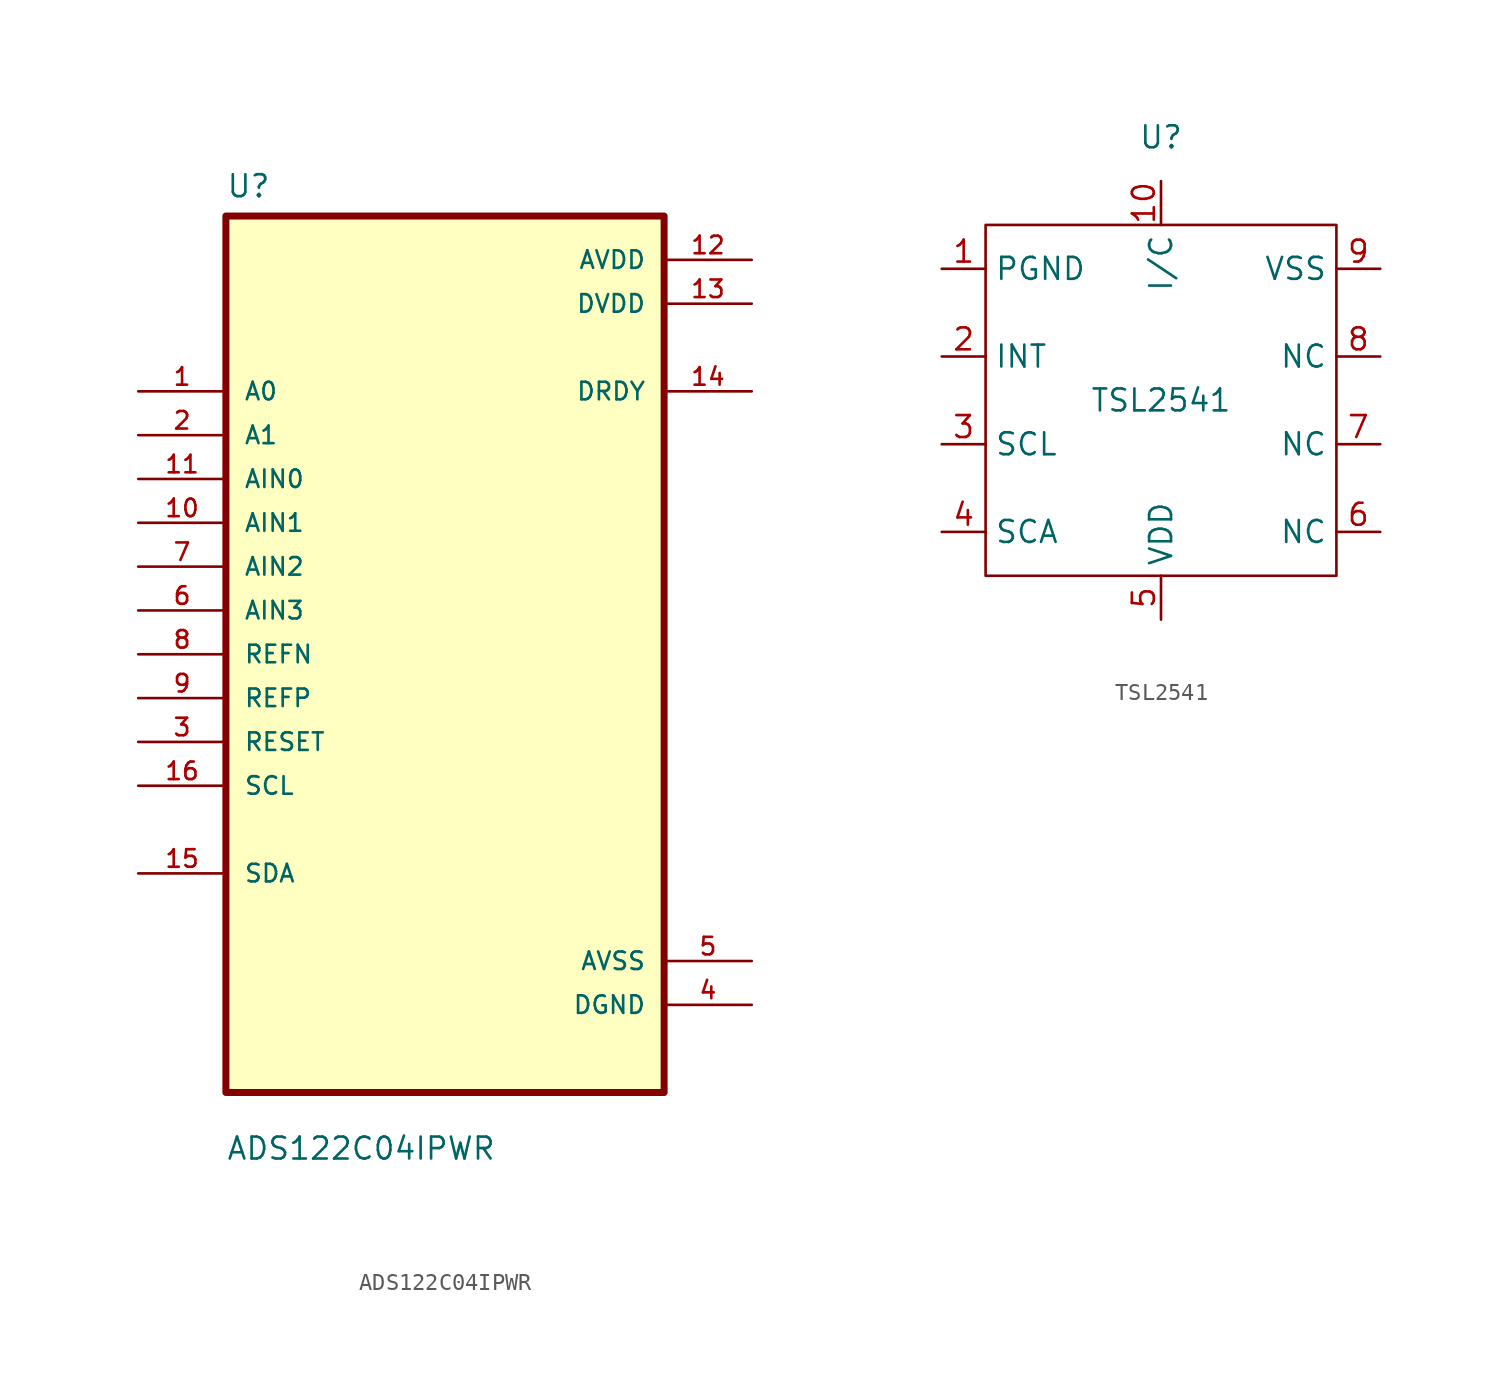
<source format=kicad_sym>
(kicad_symbol_lib
  (version 20210619)
  (generator kicad_symbol_editor)
  (symbol "OpticalSensor:ADS122C04IPWR"
    (pin_names
      (offset 1.016))
    (property "Reference" "U"
      (at -12.7 26.391 0)
      (effects (font (size 1.27 1.27)) (justify left bottom)))
    (property "Value" "ADS122C04IPWR"
      (at -12.7 -29.388 0)
      (effects (font (size 1.27 1.27)) (justify left bottom)))
    (property "ki_locked" ""
      (at 0 0 0)
      (effects (font (size 1.27 1.27))))
    (symbol "ADS122C04IPWR_0_0"
      (rectangle (start -12.7 -25.4) (end 12.7 25.4) (stroke (width 0.406)) (fill (type background)))
      (pin input line (at -17.78 15.24 0) (length 5.08) (name "A0" (effects (font (size 1.016 1.016)))) (number "1" (effects (font (size 1.016 1.016)))))
      (pin input line (at -17.78 7.62 0) (length 5.08) (name "AIN1" (effects (font (size 1.016 1.016)))) (number "10" (effects (font (size 1.016 1.016)))))
      (pin input line (at -17.78 10.16 0) (length 5.08) (name "AIN0" (effects (font (size 1.016 1.016)))) (number "11" (effects (font (size 1.016 1.016)))))
      (pin power_in line (at 17.78 22.86 180) (length 5.08) (name "AVDD" (effects (font (size 1.016 1.016)))) (number "12" (effects (font (size 1.016 1.016)))))
      (pin power_in line (at 17.78 20.32 180) (length 5.08) (name "DVDD" (effects (font (size 1.016 1.016)))) (number "13" (effects (font (size 1.016 1.016)))))
      (pin output line (at 17.78 15.24 180) (length 5.08) (name "DRDY" (effects (font (size 1.016 1.016)))) (number "14" (effects (font (size 1.016 1.016)))))
      (pin bidirectional line (at -17.78 -12.7 0) (length 5.08) (name "SDA" (effects (font (size 1.016 1.016)))) (number "15" (effects (font (size 1.016 1.016)))))
      (pin input line (at -17.78 -7.62 0) (length 5.08) (name "SCL" (effects (font (size 1.016 1.016)))) (number "16" (effects (font (size 1.016 1.016)))))
      (pin input line (at -17.78 12.7 0) (length 5.08) (name "A1" (effects (font (size 1.016 1.016)))) (number "2" (effects (font (size 1.016 1.016)))))
      (pin input line (at -17.78 -5.08 0) (length 5.08) (name "RESET" (effects (font (size 1.016 1.016)))) (number "3" (effects (font (size 1.016 1.016)))))
      (pin power_in line (at 17.78 -20.32 180) (length 5.08) (name "DGND" (effects (font (size 1.016 1.016)))) (number "4" (effects (font (size 1.016 1.016)))))
      (pin power_in line (at 17.78 -17.78 180) (length 5.08) (name "AVSS" (effects (font (size 1.016 1.016)))) (number "5" (effects (font (size 1.016 1.016)))))
      (pin input line (at -17.78 2.54 0) (length 5.08) (name "AIN3" (effects (font (size 1.016 1.016)))) (number "6" (effects (font (size 1.016 1.016)))))
      (pin input line (at -17.78 5.08 0) (length 5.08) (name "AIN2" (effects (font (size 1.016 1.016)))) (number "7" (effects (font (size 1.016 1.016)))))
      (pin input line (at -17.78 0 0) (length 5.08) (name "REFN" (effects (font (size 1.016 1.016)))) (number "8" (effects (font (size 1.016 1.016)))))
      (pin input line (at -17.78 -2.54 0) (length 5.08) (name "REFP" (effects (font (size 1.016 1.016)))) (number "9" (effects (font (size 1.016 1.016)))))))
  (symbol "OpticalSensor:TSL2541"
    (property "Reference" "U"
      (at 0 15.24 0)
      (effects (font (size 1.27 1.27))))
    (property "Value" "TSL2541"
      (at 0 0 0)
      (effects (font (size 1.27 1.27))))
    (symbol "TSL2541_0_1"
      (rectangle (start -10.16 10.16) (end 10.16 -10.16) (stroke (width 0.152)) (fill (type none))))
    (symbol "TSL2541_1_1"
      (pin bidirectional line (at -12.7 7.62 0) (length 2.54) (name "PGND" (effects (font (size 1.27 1.27)))) (number "1" (effects (font (size 1.27 1.27)))))
      (pin bidirectional line (at 0 12.7 270) (length 2.54) (name "I/C" (effects (font (size 1.27 1.27)))) (number "10" (effects (font (size 1.27 1.27)))))
      (pin bidirectional line (at -12.7 2.54 0) (length 2.54) (name "INT" (effects (font (size 1.27 1.27)))) (number "2" (effects (font (size 1.27 1.27)))))
      (pin bidirectional line (at -12.7 -2.54 0) (length 2.54) (name "SCL" (effects (font (size 1.27 1.27)))) (number "3" (effects (font (size 1.27 1.27)))))
      (pin bidirectional line (at -12.7 -7.62 0) (length 2.54) (name "SCA" (effects (font (size 1.27 1.27)))) (number "4" (effects (font (size 1.27 1.27)))))
      (pin bidirectional line (at 0 -12.7 90) (length 2.54) (name "VDD" (effects (font (size 1.27 1.27)))) (number "5" (effects (font (size 1.27 1.27)))))
      (pin bidirectional line (at 12.7 -7.62 180) (length 2.54) (name "NC" (effects (font (size 1.27 1.27)))) (number "6" (effects (font (size 1.27 1.27)))))
      (pin bidirectional line (at 12.7 -2.54 180) (length 2.54) (name "NC" (effects (font (size 1.27 1.27)))) (number "7" (effects (font (size 1.27 1.27)))))
      (pin bidirectional line (at 12.7 2.54 180) (length 2.54) (name "NC" (effects (font (size 1.27 1.27)))) (number "8" (effects (font (size 1.27 1.27)))))
      (pin bidirectional line (at 12.7 7.62 180) (length 2.54) (name "VSS" (effects (font (size 1.27 1.27)))) (number "9" (effects (font (size 1.27 1.27))))))))
</source>
